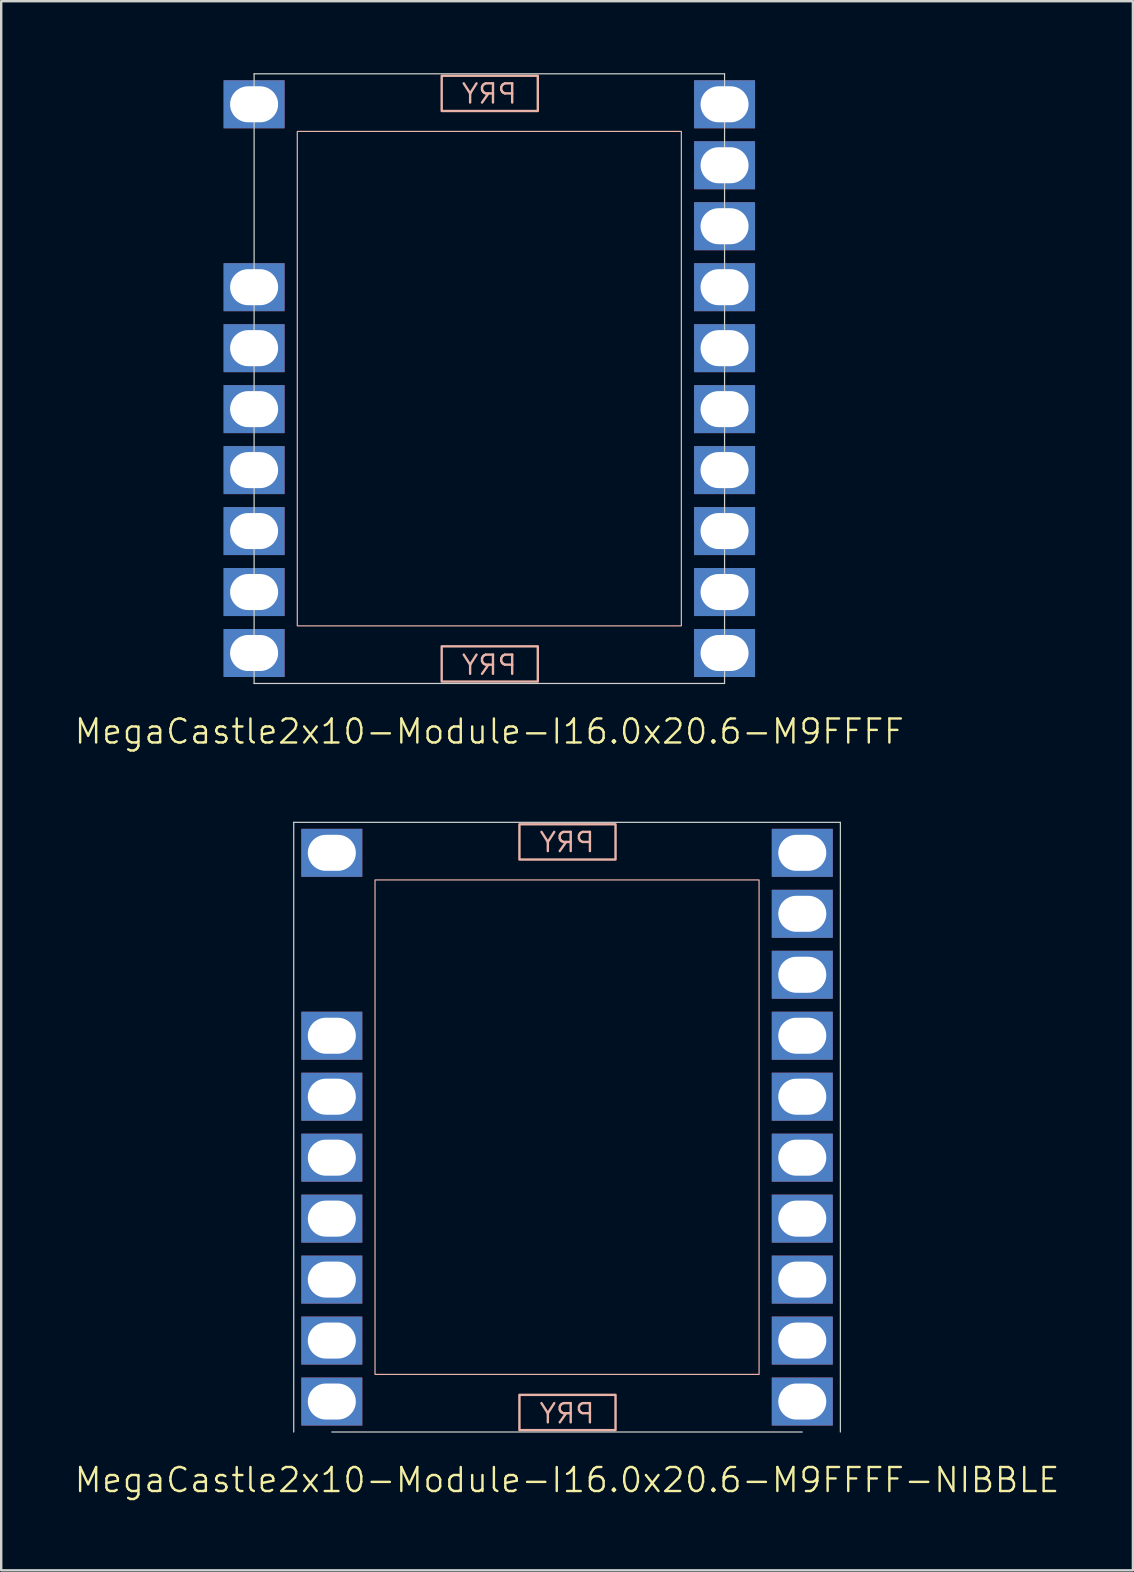
<source format=kicad_pcb>
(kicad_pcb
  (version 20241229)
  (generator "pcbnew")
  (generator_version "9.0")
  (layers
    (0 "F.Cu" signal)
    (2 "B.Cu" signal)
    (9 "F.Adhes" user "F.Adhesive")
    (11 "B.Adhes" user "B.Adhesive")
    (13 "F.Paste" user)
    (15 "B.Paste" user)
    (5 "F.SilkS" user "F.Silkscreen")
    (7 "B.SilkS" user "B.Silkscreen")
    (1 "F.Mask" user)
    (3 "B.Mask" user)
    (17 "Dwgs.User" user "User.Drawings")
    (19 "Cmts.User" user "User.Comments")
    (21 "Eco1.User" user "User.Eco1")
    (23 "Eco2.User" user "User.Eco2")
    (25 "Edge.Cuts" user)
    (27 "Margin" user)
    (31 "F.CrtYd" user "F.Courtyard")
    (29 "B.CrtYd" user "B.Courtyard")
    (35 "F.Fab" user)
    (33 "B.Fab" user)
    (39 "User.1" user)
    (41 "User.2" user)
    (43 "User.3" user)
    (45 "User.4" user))
  (footprint "MegaCastle2x10-Module-I16.0x20.6-M9FFFF-NIBBLE"
    (layer "F.Cu")
    (at 20.574 43.91)
    (property "Reference" "MegaCastle2x10-Module-I16.0x20.6-M9FFFF-NIBBLE" (at 0 14.7 0) (unlocked yes) (layer "F.SilkS") (effects (font (size 1 1) (thickness 0.1))))
    (attr smd)
    (fp_rect (start -8 10.3) (end 8 -10.3) (stroke (width 0.05) (type default)) (fill no) (layer "B.SilkS"))
    (fp_rect (start -1.984 -11.151) (end 2.02 -12.62) (stroke (width 0.1) (type default)) (fill no) (layer "B.SilkS"))
    (fp_rect (start -1.984 11.151) (end 2.02 12.62) (stroke (width 0.1) (type default)) (fill no) (layer "B.SilkS"))
    (fp_line (start -11.387 -12.7) (end -11.387 12.7) (stroke (width 0.05) (type default)) (layer "Edge.Cuts"))
    (fp_line (start -11.387 -12.7) (end 11.387 -12.7) (stroke (width 0.05) (type default)) (layer "Edge.Cuts"))
    (fp_line (start -9.8 12.7) (end 9.8 12.7) (stroke (width 0.05) (type default)) (layer "Edge.Cuts"))
    (fp_line (start 11.387 -12.7) (end 11.387 12.7) (stroke (width 0.05) (type default)) (layer "Edge.Cuts"))
    (fp_text user "PRY" (at 0 12.4 0) (unlocked yes) (layer "B.SilkS") (effects (font (size 0.8 0.8) (thickness 0.1)) (justify bottom mirror)))
    (fp_text user "PRY" (at 0 -11.4 0) (unlocked yes) (layer "B.SilkS") (effects (font (size 0.8 0.8) (thickness 0.1)) (justify bottom mirror)))
    (pad "1" thru_hole rect (at -9.8 -11.43) (size 2.54 2) (drill oval 2 1.5) (property pad_prop_castellated) (layers "*.Cu" "*.Mask"))
    (pad "4" thru_hole rect (at -9.8 -3.81) (size 2.54 2) (drill oval 2 1.5) (property pad_prop_castellated) (layers "*.Cu" "*.Mask"))
    (pad "5" thru_hole rect (at -9.8 -1.27) (size 2.54 2) (drill oval 2 1.5) (property pad_prop_castellated) (layers "*.Cu" "*.Mask"))
    (pad "6" thru_hole rect (at -9.8 1.27) (size 2.54 2) (drill oval 2 1.5) (property pad_prop_castellated) (layers "*.Cu" "*.Mask"))
    (pad "7" thru_hole rect (at -9.8 3.81) (size 2.54 2) (drill oval 2 1.5) (property pad_prop_castellated) (layers "*.Cu" "*.Mask"))
    (pad "8" thru_hole rect (at -9.8 6.35) (size 2.54 2) (drill oval 2 1.5) (property pad_prop_castellated) (layers "*.Cu" "*.Mask"))
    (pad "9" thru_hole rect (at -9.8 8.89) (size 2.54 2) (drill oval 2 1.5) (property pad_prop_castellated) (layers "*.Cu" "*.Mask"))
    (pad "10" thru_hole rect (at -9.8 11.43) (size 2.54 2) (drill oval 2 1.5) (property pad_prop_castellated) (layers "*.Cu" "*.Mask"))
    (pad "11" thru_hole rect (at 9.8 -11.43) (size 2.54 2) (drill oval 2 1.5) (property pad_prop_castellated) (layers "*.Cu" "*.Mask"))
    (pad "12" thru_hole rect (at 9.8 -8.89) (size 2.54 2) (drill oval 2 1.5) (property pad_prop_castellated) (layers "*.Cu" "*.Mask"))
    (pad "13" thru_hole rect (at 9.8 -6.35) (size 2.54 2) (drill oval 2 1.5) (property pad_prop_castellated) (layers "*.Cu" "*.Mask"))
    (pad "14" thru_hole rect (at 9.8 -3.81) (size 2.54 2) (drill oval 2 1.5) (property pad_prop_castellated) (layers "*.Cu" "*.Mask"))
    (pad "15" thru_hole rect (at 9.8 -1.27) (size 2.54 2) (drill oval 2 1.5) (property pad_prop_castellated) (layers "*.Cu" "*.Mask"))
    (pad "16" thru_hole rect (at 9.8 1.27) (size 2.54 2) (drill oval 2 1.5) (property pad_prop_castellated) (layers "*.Cu" "*.Mask"))
    (pad "17" thru_hole rect (at 9.8 3.81) (size 2.54 2) (drill oval 2 1.5) (property pad_prop_castellated) (layers "*.Cu" "*.Mask"))
    (pad "18" thru_hole rect (at 9.8 6.35) (size 2.54 2) (drill oval 2 1.5) (property pad_prop_castellated) (layers "*.Cu" "*.Mask"))
    (pad "19" thru_hole rect (at 9.8 8.89) (size 2.54 2) (drill oval 2 1.5) (property pad_prop_castellated) (layers "*.Cu" "*.Mask"))
    (pad "20" thru_hole rect (at 9.8 11.43) (size 2.54 2) (drill oval 2 1.5) (property pad_prop_castellated) (layers "*.Cu" "*.Mask"))
    (zone (net_name "") (layer "B.Cu") (hatch edge 0.5) (connect_pads) (min_thickness 0.25) (filled_areas_thickness no) (keepout (tracks allowed) (vias allowed) (pads allowed) (copperpour allowed) (footprints not_allowed)) (placement (enabled no)) (fill) (polygon (pts (xy 10.774 56.611) (xy 10.774 31.21) (xy 12.574 31.21) (xy 12.574 56.611))))
    (zone (net_name "") (layer "B.Cu") (hatch edge 0.5) (connect_pads) (min_thickness 0.25) (filled_areas_thickness no) (keepout (tracks allowed) (vias allowed) (pads allowed) (copperpour allowed) (footprints not_allowed)) (placement (enabled no)) (fill) (polygon (pts (xy 12.574 31.21) (xy 12.574 33.611) (xy 28.574 33.611) (xy 28.574 31.21))))
    (zone (net_name "") (layer "B.Cu") (hatch edge 0.5) (connect_pads) (min_thickness 0.25) (filled_areas_thickness no) (keepout (tracks allowed) (vias allowed) (pads allowed) (copperpour allowed) (footprints not_allowed)) (placement (enabled no)) (fill) (polygon (pts (xy 12.574 56.611) (xy 12.574 54.211) (xy 28.574 54.211) (xy 28.574 56.611))))
    (zone (net_name "") (layer "B.Cu") (name "Upper Pry Zone") (hatch edge 0.5) (connect_pads) (min_thickness 0.25) (filled_areas_thickness no) (keepout (tracks not_allowed) (vias not_allowed) (pads not_allowed) (copperpour allowed) (footprints not_allowed)) (placement (enabled no)) (fill) (polygon (pts (xy 18.59 32.759) (xy 18.59 31.291) (xy 22.593 31.291) (xy 22.593 32.759))))
    (zone (net_name "") (layer "B.Cu") (name "Upper Pry Zone") (hatch edge 0.5) (connect_pads) (min_thickness 0.25) (filled_areas_thickness no) (keepout (tracks not_allowed) (vias not_allowed) (pads not_allowed) (copperpour allowed) (footprints not_allowed)) (placement (enabled no)) (fill) (polygon (pts (xy 18.59 55.062) (xy 18.59 56.531) (xy 22.593 56.531) (xy 22.593 55.062))))
    (zone (net_name "") (layer "B.Cu") (hatch edge 0.5) (connect_pads) (min_thickness 0.25) (filled_areas_thickness no) (keepout (tracks allowed) (vias allowed) (pads allowed) (copperpour allowed) (footprints not_allowed)) (placement (enabled no)) (fill) (polygon (pts (xy 30.374 56.611) (xy 30.374 31.21) (xy 28.574 31.21) (xy 28.574 56.611)))))
  (footprint "MegaCastle2x10-Module-I16.0x20.6-M9FFFF"
    (layer "F.Cu")
    (at 17.336 12.725)
    (property "Reference" "MegaCastle2x10-Module-I16.0x20.6-M9FFFF" (at 0 14.7 0) (unlocked yes) (layer "F.SilkS") (effects (font (size 1 1) (thickness 0.1))))
    (attr smd)
    (fp_rect (start -8 10.3) (end 8 -10.3) (stroke (width 0.05) (type default)) (fill no) (layer "B.SilkS"))
    (fp_rect (start -1.984 -11.151) (end 2.02 -12.62) (stroke (width 0.1) (type default)) (fill no) (layer "B.SilkS"))
    (fp_rect (start -1.984 11.151) (end 2.02 12.62) (stroke (width 0.1) (type default)) (fill no) (layer "B.SilkS"))
    (fp_line (start -9.8 -12.7) (end -9.8 12.7) (stroke (width 0.05) (type default)) (layer "Edge.Cuts"))
    (fp_line (start -9.8 -12.7) (end 9.8 -12.7) (stroke (width 0.05) (type default)) (layer "Edge.Cuts"))
    (fp_line (start -9.8 12.7) (end 9.8 12.7) (stroke (width 0.05) (type default)) (layer "Edge.Cuts"))
    (fp_line (start 9.8 -12.7) (end 9.8 12.7) (stroke (width 0.05) (type default)) (layer "Edge.Cuts"))
    (fp_text user "PRY" (at 0 12.4 0) (unlocked yes) (layer "B.SilkS") (effects (font (size 0.8 0.8) (thickness 0.1)) (justify bottom mirror)))
    (fp_text user "PRY" (at 0 -11.4 0) (unlocked yes) (layer "B.SilkS") (effects (font (size 0.8 0.8) (thickness 0.1)) (justify bottom mirror)))
    (pad "1" thru_hole rect (at -9.8 -11.43) (size 2.54 2) (drill oval 2 1.5) (property pad_prop_castellated) (layers "*.Cu" "*.Mask"))
    (pad "4" thru_hole rect (at -9.8 -3.81) (size 2.54 2) (drill oval 2 1.5) (property pad_prop_castellated) (layers "*.Cu" "*.Mask"))
    (pad "5" thru_hole rect (at -9.8 -1.27) (size 2.54 2) (drill oval 2 1.5) (property pad_prop_castellated) (layers "*.Cu" "*.Mask"))
    (pad "6" thru_hole rect (at -9.8 1.27) (size 2.54 2) (drill oval 2 1.5) (property pad_prop_castellated) (layers "*.Cu" "*.Mask"))
    (pad "7" thru_hole rect (at -9.8 3.81) (size 2.54 2) (drill oval 2 1.5) (property pad_prop_castellated) (layers "*.Cu" "*.Mask"))
    (pad "8" thru_hole rect (at -9.8 6.35) (size 2.54 2) (drill oval 2 1.5) (property pad_prop_castellated) (layers "*.Cu" "*.Mask"))
    (pad "9" thru_hole rect (at -9.8 8.89) (size 2.54 2) (drill oval 2 1.5) (property pad_prop_castellated) (layers "*.Cu" "*.Mask"))
    (pad "10" thru_hole rect (at -9.8 11.43) (size 2.54 2) (drill oval 2 1.5) (property pad_prop_castellated) (layers "*.Cu" "*.Mask"))
    (pad "11" thru_hole rect (at 9.8 -11.43) (size 2.54 2) (drill oval 2 1.5) (property pad_prop_castellated) (layers "*.Cu" "*.Mask"))
    (pad "12" thru_hole rect (at 9.8 -8.89) (size 2.54 2) (drill oval 2 1.5) (property pad_prop_castellated) (layers "*.Cu" "*.Mask"))
    (pad "13" thru_hole rect (at 9.8 -6.35) (size 2.54 2) (drill oval 2 1.5) (property pad_prop_castellated) (layers "*.Cu" "*.Mask"))
    (pad "14" thru_hole rect (at 9.8 -3.81) (size 2.54 2) (drill oval 2 1.5) (property pad_prop_castellated) (layers "*.Cu" "*.Mask"))
    (pad "15" thru_hole rect (at 9.8 -1.27) (size 2.54 2) (drill oval 2 1.5) (property pad_prop_castellated) (layers "*.Cu" "*.Mask"))
    (pad "16" thru_hole rect (at 9.8 1.27) (size 2.54 2) (drill oval 2 1.5) (property pad_prop_castellated) (layers "*.Cu" "*.Mask"))
    (pad "17" thru_hole rect (at 9.8 3.81) (size 2.54 2) (drill oval 2 1.5) (property pad_prop_castellated) (layers "*.Cu" "*.Mask"))
    (pad "18" thru_hole rect (at 9.8 6.35) (size 2.54 2) (drill oval 2 1.5) (property pad_prop_castellated) (layers "*.Cu" "*.Mask"))
    (pad "19" thru_hole rect (at 9.8 8.89) (size 2.54 2) (drill oval 2 1.5) (property pad_prop_castellated) (layers "*.Cu" "*.Mask"))
    (pad "20" thru_hole rect (at 9.8 11.43) (size 2.54 2) (drill oval 2 1.5) (property pad_prop_castellated) (layers "*.Cu" "*.Mask"))
    (zone (net_name "") (layer "B.Cu") (hatch edge 0.5) (connect_pads) (min_thickness 0.25) (filled_areas_thickness no) (keepout (tracks allowed) (vias allowed) (pads allowed) (copperpour allowed) (footprints not_allowed)) (placement (enabled no)) (fill) (polygon (pts (xy 7.536 25.425) (xy 7.536 0.025) (xy 9.336 0.025) (xy 9.336 25.425))))
    (zone (net_name "") (layer "B.Cu") (hatch edge 0.5) (connect_pads) (min_thickness 0.25) (filled_areas_thickness no) (keepout (tracks allowed) (vias allowed) (pads allowed) (copperpour allowed) (footprints not_allowed)) (placement (enabled no)) (fill) (polygon (pts (xy 9.336 0.025) (xy 9.336 2.425) (xy 25.336 2.425) (xy 25.336 0.025))))
    (zone (net_name "") (layer "B.Cu") (hatch edge 0.5) (connect_pads) (min_thickness 0.25) (filled_areas_thickness no) (keepout (tracks allowed) (vias allowed) (pads allowed) (copperpour allowed) (footprints not_allowed)) (placement (enabled no)) (fill) (polygon (pts (xy 9.336 25.425) (xy 9.336 23.025) (xy 25.336 23.025) (xy 25.336 25.425))))
    (zone (net_name "") (layer "B.Cu") (name "Upper Pry Zone") (hatch edge 0.5) (connect_pads) (min_thickness 0.25) (filled_areas_thickness no) (keepout (tracks not_allowed) (vias not_allowed) (pads not_allowed) (copperpour allowed) (footprints not_allowed)) (placement (enabled no)) (fill) (polygon (pts (xy 15.351 1.574) (xy 15.351 0.105) (xy 19.355 0.105) (xy 19.355 1.574))))
    (zone (net_name "") (layer "B.Cu") (name "Upper Pry Zone") (hatch edge 0.5) (connect_pads) (min_thickness 0.25) (filled_areas_thickness no) (keepout (tracks not_allowed) (vias not_allowed) (pads not_allowed) (copperpour allowed) (footprints not_allowed)) (placement (enabled no)) (fill) (polygon (pts (xy 15.351 23.876) (xy 15.351 25.345) (xy 19.355 25.345) (xy 19.355 23.876))))
    (zone (net_name "") (layer "B.Cu") (hatch edge 0.5) (connect_pads) (min_thickness 0.25) (filled_areas_thickness no) (keepout (tracks allowed) (vias allowed) (pads allowed) (copperpour allowed) (footprints not_allowed)) (placement (enabled no)) (fill) (polygon (pts (xy 27.136 25.425) (xy 27.136 0.025) (xy 25.336 0.025) (xy 25.336 25.425)))))
  (gr_rect
    (start -3 -3)
    (end 44.148 62.371)
    (stroke (width 0.1) (type default))
    (fill no)
    (layer "Edge.Cuts")))
</source>
